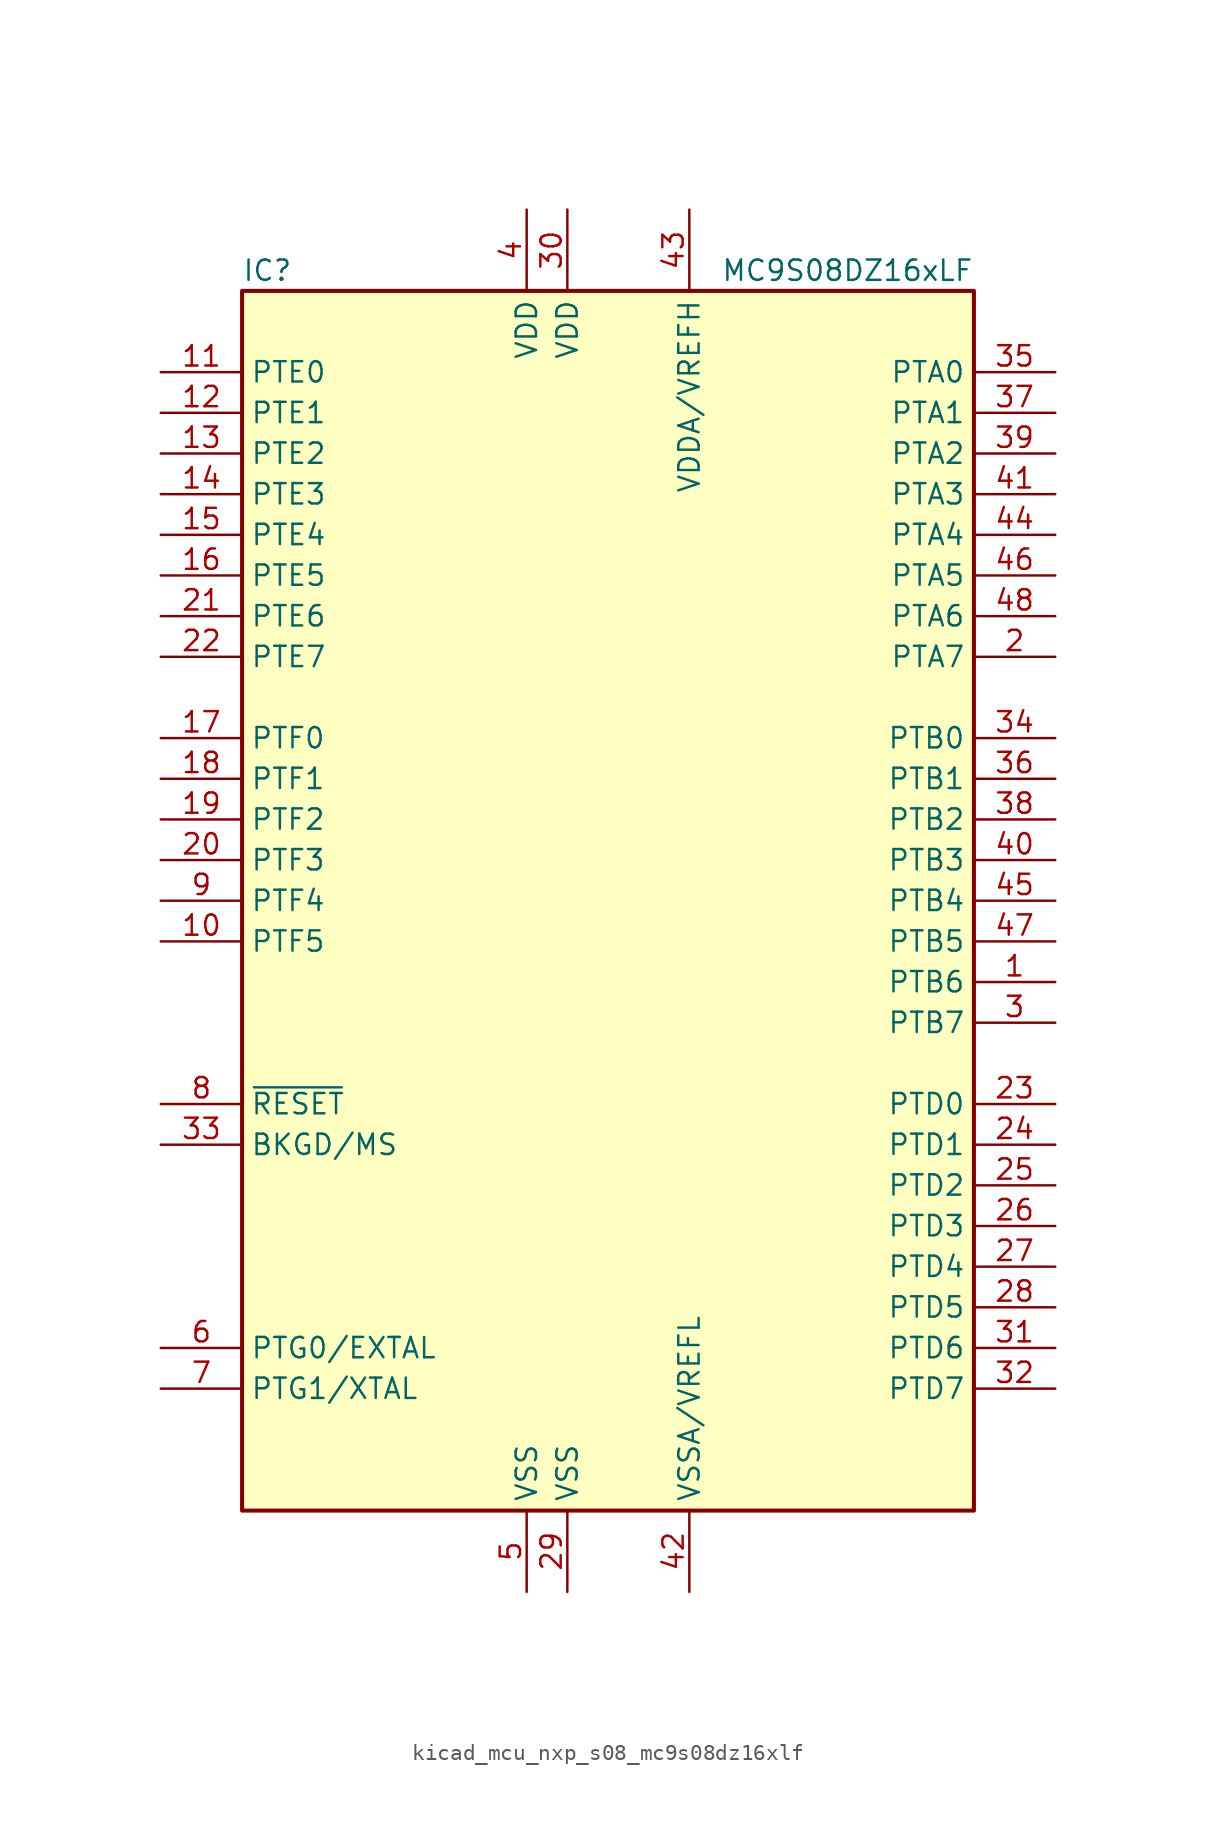
<source format=kicad_sym>
(kicad_symbol_lib
  (version 20220914)
  (generator kicad_symbol_editor)
  (symbol "kicad_mcu_nxp_s08_mc9s08dz16xlf"
    (property "Reference" "IC"
      (at -22.86 39.37 0)
      (effects (font (size 1.27 1.27)) (justify left)))
    (property "Value" "MC9S08DZ16xLF"
      (at 22.86 39.37 0)
      (effects (font (size 1.27 1.27)) (justify right)))
    (symbol "kicad_mcu_nxp_s08_mc9s08dz16xlf_0_1"
      (rectangle (start -22.86 38.1) (end 22.86 -38.1) (stroke (width 0.254) (type default)) (fill (type background))))
    (symbol "kicad_mcu_nxp_s08_mc9s08dz16xlf_1_1"
      (pin bidirectional line (at 27.94 -5.08 180) (length 5.08) (name "PTB6" (effects (font (size 1.27 1.27)))) (number "1" (effects (font (size 1.27 1.27)))))
      (pin bidirectional line (at -27.94 -2.54 0) (length 5.08) (name "PTF5" (effects (font (size 1.27 1.27)))) (number "10" (effects (font (size 1.27 1.27)))))
      (pin bidirectional line (at -27.94 33.02 0) (length 5.08) (name "PTE0" (effects (font (size 1.27 1.27)))) (number "11" (effects (font (size 1.27 1.27)))))
      (pin bidirectional line (at -27.94 30.48 0) (length 5.08) (name "PTE1" (effects (font (size 1.27 1.27)))) (number "12" (effects (font (size 1.27 1.27)))))
      (pin bidirectional line (at -27.94 27.94 0) (length 5.08) (name "PTE2" (effects (font (size 1.27 1.27)))) (number "13" (effects (font (size 1.27 1.27)))))
      (pin bidirectional line (at -27.94 25.4 0) (length 5.08) (name "PTE3" (effects (font (size 1.27 1.27)))) (number "14" (effects (font (size 1.27 1.27)))))
      (pin bidirectional line (at -27.94 22.86 0) (length 5.08) (name "PTE4" (effects (font (size 1.27 1.27)))) (number "15" (effects (font (size 1.27 1.27)))))
      (pin bidirectional line (at -27.94 20.32 0) (length 5.08) (name "PTE5" (effects (font (size 1.27 1.27)))) (number "16" (effects (font (size 1.27 1.27)))))
      (pin bidirectional line (at -27.94 10.16 0) (length 5.08) (name "PTF0" (effects (font (size 1.27 1.27)))) (number "17" (effects (font (size 1.27 1.27)))))
      (pin bidirectional line (at -27.94 7.62 0) (length 5.08) (name "PTF1" (effects (font (size 1.27 1.27)))) (number "18" (effects (font (size 1.27 1.27)))))
      (pin bidirectional line (at -27.94 5.08 0) (length 5.08) (name "PTF2" (effects (font (size 1.27 1.27)))) (number "19" (effects (font (size 1.27 1.27)))))
      (pin bidirectional line (at 27.94 15.24 180) (length 5.08) (name "PTA7" (effects (font (size 1.27 1.27)))) (number "2" (effects (font (size 1.27 1.27)))))
      (pin bidirectional line (at -27.94 2.54 0) (length 5.08) (name "PTF3" (effects (font (size 1.27 1.27)))) (number "20" (effects (font (size 1.27 1.27)))))
      (pin bidirectional line (at -27.94 17.78 0) (length 5.08) (name "PTE6" (effects (font (size 1.27 1.27)))) (number "21" (effects (font (size 1.27 1.27)))))
      (pin bidirectional line (at -27.94 15.24 0) (length 5.08) (name "PTE7" (effects (font (size 1.27 1.27)))) (number "22" (effects (font (size 1.27 1.27)))))
      (pin bidirectional line (at 27.94 -12.7 180) (length 5.08) (name "PTD0" (effects (font (size 1.27 1.27)))) (number "23" (effects (font (size 1.27 1.27)))))
      (pin bidirectional line (at 27.94 -15.24 180) (length 5.08) (name "PTD1" (effects (font (size 1.27 1.27)))) (number "24" (effects (font (size 1.27 1.27)))))
      (pin bidirectional line (at 27.94 -17.78 180) (length 5.08) (name "PTD2" (effects (font (size 1.27 1.27)))) (number "25" (effects (font (size 1.27 1.27)))))
      (pin bidirectional line (at 27.94 -20.32 180) (length 5.08) (name "PTD3" (effects (font (size 1.27 1.27)))) (number "26" (effects (font (size 1.27 1.27)))))
      (pin bidirectional line (at 27.94 -22.86 180) (length 5.08) (name "PTD4" (effects (font (size 1.27 1.27)))) (number "27" (effects (font (size 1.27 1.27)))))
      (pin bidirectional line (at 27.94 -25.4 180) (length 5.08) (name "PTD5" (effects (font (size 1.27 1.27)))) (number "28" (effects (font (size 1.27 1.27)))))
      (pin power_in line (at -2.54 -43.18 90) (length 5.08) (name "VSS" (effects (font (size 1.27 1.27)))) (number "29" (effects (font (size 1.27 1.27)))))
      (pin bidirectional line (at 27.94 -7.62 180) (length 5.08) (name "PTB7" (effects (font (size 1.27 1.27)))) (number "3" (effects (font (size 1.27 1.27)))))
      (pin power_in line (at -2.54 43.18 270) (length 5.08) (name "VDD" (effects (font (size 1.27 1.27)))) (number "30" (effects (font (size 1.27 1.27)))))
      (pin bidirectional line (at 27.94 -27.94 180) (length 5.08) (name "PTD6" (effects (font (size 1.27 1.27)))) (number "31" (effects (font (size 1.27 1.27)))))
      (pin bidirectional line (at 27.94 -30.48 180) (length 5.08) (name "PTD7" (effects (font (size 1.27 1.27)))) (number "32" (effects (font (size 1.27 1.27)))))
      (pin bidirectional line (at -27.94 -15.24 0) (length 5.08) (name "BKGD/MS" (effects (font (size 1.27 1.27)))) (number "33" (effects (font (size 1.27 1.27)))))
      (pin bidirectional line (at 27.94 10.16 180) (length 5.08) (name "PTB0" (effects (font (size 1.27 1.27)))) (number "34" (effects (font (size 1.27 1.27)))))
      (pin bidirectional line (at 27.94 33.02 180) (length 5.08) (name "PTA0" (effects (font (size 1.27 1.27)))) (number "35" (effects (font (size 1.27 1.27)))))
      (pin bidirectional line (at 27.94 7.62 180) (length 5.08) (name "PTB1" (effects (font (size 1.27 1.27)))) (number "36" (effects (font (size 1.27 1.27)))))
      (pin bidirectional line (at 27.94 30.48 180) (length 5.08) (name "PTA1" (effects (font (size 1.27 1.27)))) (number "37" (effects (font (size 1.27 1.27)))))
      (pin bidirectional line (at 27.94 5.08 180) (length 5.08) (name "PTB2" (effects (font (size 1.27 1.27)))) (number "38" (effects (font (size 1.27 1.27)))))
      (pin bidirectional line (at 27.94 27.94 180) (length 5.08) (name "PTA2" (effects (font (size 1.27 1.27)))) (number "39" (effects (font (size 1.27 1.27)))))
      (pin power_in line (at -5.08 43.18 270) (length 5.08) (name "VDD" (effects (font (size 1.27 1.27)))) (number "4" (effects (font (size 1.27 1.27)))))
      (pin bidirectional line (at 27.94 2.54 180) (length 5.08) (name "PTB3" (effects (font (size 1.27 1.27)))) (number "40" (effects (font (size 1.27 1.27)))))
      (pin bidirectional line (at 27.94 25.4 180) (length 5.08) (name "PTA3" (effects (font (size 1.27 1.27)))) (number "41" (effects (font (size 1.27 1.27)))))
      (pin power_in line (at 5.08 -43.18 90) (length 5.08) (name "VSSA/VREFL" (effects (font (size 1.27 1.27)))) (number "42" (effects (font (size 1.27 1.27)))))
      (pin power_in line (at 5.08 43.18 270) (length 5.08) (name "VDDA/VREFH" (effects (font (size 1.27 1.27)))) (number "43" (effects (font (size 1.27 1.27)))))
      (pin bidirectional line (at 27.94 22.86 180) (length 5.08) (name "PTA4" (effects (font (size 1.27 1.27)))) (number "44" (effects (font (size 1.27 1.27)))))
      (pin bidirectional line (at 27.94 0 180) (length 5.08) (name "PTB4" (effects (font (size 1.27 1.27)))) (number "45" (effects (font (size 1.27 1.27)))))
      (pin bidirectional line (at 27.94 20.32 180) (length 5.08) (name "PTA5" (effects (font (size 1.27 1.27)))) (number "46" (effects (font (size 1.27 1.27)))))
      (pin bidirectional line (at 27.94 -2.54 180) (length 5.08) (name "PTB5" (effects (font (size 1.27 1.27)))) (number "47" (effects (font (size 1.27 1.27)))))
      (pin bidirectional line (at 27.94 17.78 180) (length 5.08) (name "PTA6" (effects (font (size 1.27 1.27)))) (number "48" (effects (font (size 1.27 1.27)))))
      (pin power_in line (at -5.08 -43.18 90) (length 5.08) (name "VSS" (effects (font (size 1.27 1.27)))) (number "5" (effects (font (size 1.27 1.27)))))
      (pin bidirectional line (at -27.94 -27.94 0) (length 5.08) (name "PTG0/EXTAL" (effects (font (size 1.27 1.27)))) (number "6" (effects (font (size 1.27 1.27)))))
      (pin bidirectional line (at -27.94 -30.48 0) (length 5.08) (name "PTG1/XTAL" (effects (font (size 1.27 1.27)))) (number "7" (effects (font (size 1.27 1.27)))))
      (pin input line (at -27.94 -12.7 0) (length 5.08) (name "~{RESET}" (effects (font (size 1.27 1.27)))) (number "8" (effects (font (size 1.27 1.27)))))
      (pin bidirectional line (at -27.94 0 0) (length 5.08) (name "PTF4" (effects (font (size 1.27 1.27)))) (number "9" (effects (font (size 1.27 1.27))))))))
</source>
